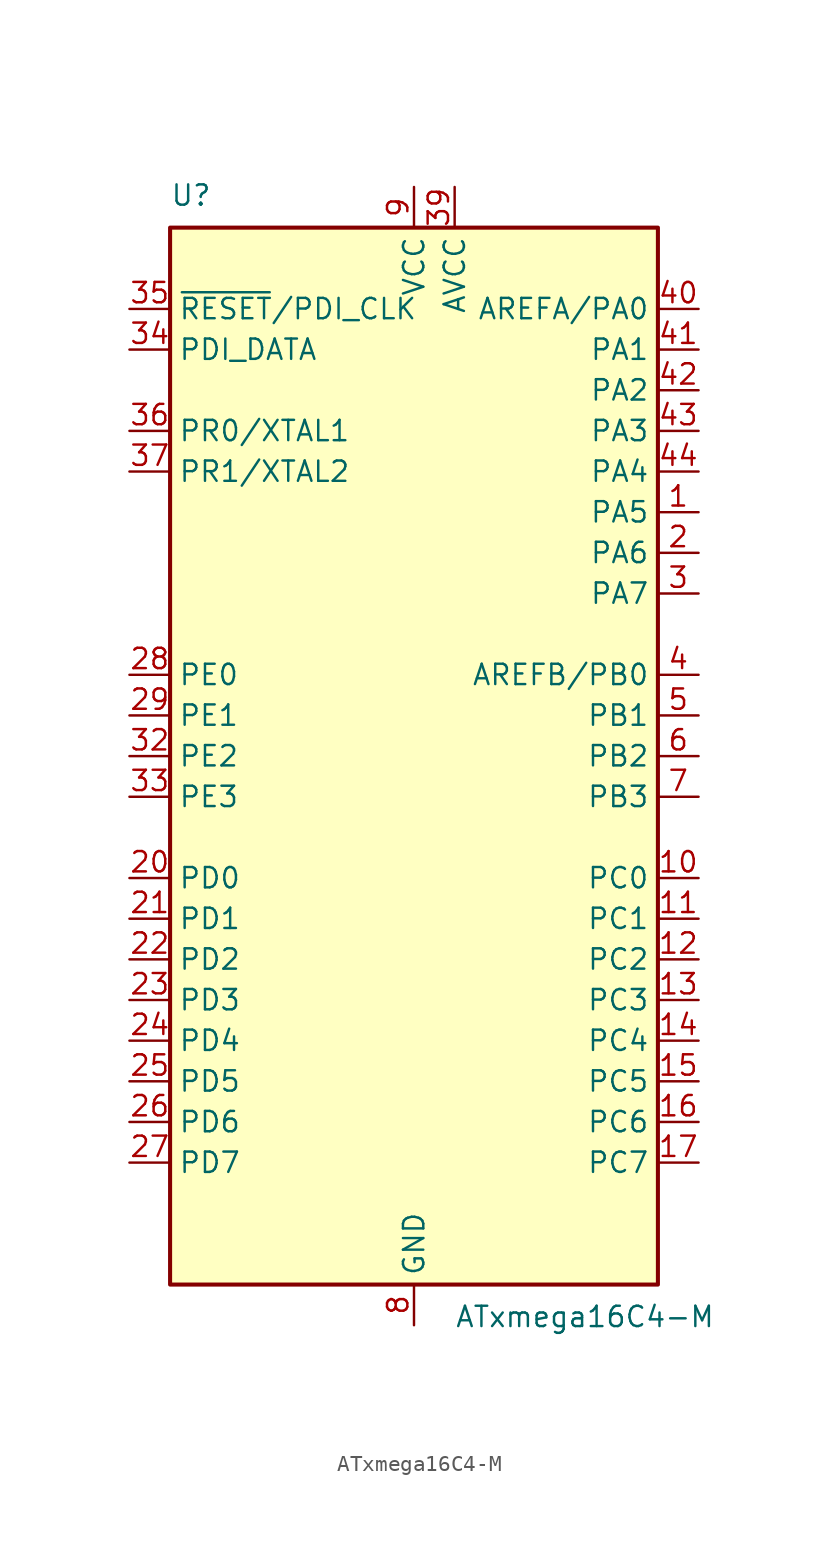
<source format=kicad_sym>
(kicad_symbol_lib
  (version 20231120)
  (generator "kicad_symbol_editor")
  (generator_version "8.0")
  (symbol "ATxmega16C4-M"
    (property "Reference" "U"
      (at -15.24 34.29 0)
      (effects (font (size 1.27 1.27)) (justify left bottom)))
    (property "Value" "ATxmega16C4-M"
      (at 2.54 -34.29 0)
      (effects (font (size 1.27 1.27)) (justify left top)))
    (symbol "ATxmega16C4-M_0_1"
      (rectangle (start -15.24 -33.02) (end 15.24 33.02) (stroke (width 0.254) (type default)) (fill (type background))))
    (symbol "ATxmega16C4-M_1_1"
      (pin bidirectional line (at 17.78 15.24 180) (length 2.54) (name "PA5" (effects (font (size 1.27 1.27)))) (number "1" (effects (font (size 1.27 1.27)))))
      (pin bidirectional line (at 17.78 -7.62 180) (length 2.54) (name "PC0" (effects (font (size 1.27 1.27)))) (number "10" (effects (font (size 1.27 1.27)))))
      (pin bidirectional line (at 17.78 -10.16 180) (length 2.54) (name "PC1" (effects (font (size 1.27 1.27)))) (number "11" (effects (font (size 1.27 1.27)))))
      (pin bidirectional line (at 17.78 -12.7 180) (length 2.54) (name "PC2" (effects (font (size 1.27 1.27)))) (number "12" (effects (font (size 1.27 1.27)))))
      (pin bidirectional line (at 17.78 -15.24 180) (length 2.54) (name "PC3" (effects (font (size 1.27 1.27)))) (number "13" (effects (font (size 1.27 1.27)))))
      (pin bidirectional line (at 17.78 -17.78 180) (length 2.54) (name "PC4" (effects (font (size 1.27 1.27)))) (number "14" (effects (font (size 1.27 1.27)))))
      (pin bidirectional line (at 17.78 -20.32 180) (length 2.54) (name "PC5" (effects (font (size 1.27 1.27)))) (number "15" (effects (font (size 1.27 1.27)))))
      (pin bidirectional line (at 17.78 -22.86 180) (length 2.54) (name "PC6" (effects (font (size 1.27 1.27)))) (number "16" (effects (font (size 1.27 1.27)))))
      (pin bidirectional line (at 17.78 -25.4 180) (length 2.54) (name "PC7" (effects (font (size 1.27 1.27)))) (number "17" (effects (font (size 1.27 1.27)))))
      (pin passive line (at 0 -35.56 90) (length 2.54) hide (name "GND" (effects (font (size 1.27 1.27)))) (number "18" (effects (font (size 1.27 1.27)))))
      (pin passive line (at 0 35.56 270) (length 2.54) hide (name "VCC" (effects (font (size 1.27 1.27)))) (number "19" (effects (font (size 1.27 1.27)))))
      (pin bidirectional line (at 17.78 12.7 180) (length 2.54) (name "PA6" (effects (font (size 1.27 1.27)))) (number "2" (effects (font (size 1.27 1.27)))))
      (pin bidirectional line (at -17.78 -7.62 0) (length 2.54) (name "PD0" (effects (font (size 1.27 1.27)))) (number "20" (effects (font (size 1.27 1.27)))))
      (pin bidirectional line (at -17.78 -10.16 0) (length 2.54) (name "PD1" (effects (font (size 1.27 1.27)))) (number "21" (effects (font (size 1.27 1.27)))))
      (pin bidirectional line (at -17.78 -12.7 0) (length 2.54) (name "PD2" (effects (font (size 1.27 1.27)))) (number "22" (effects (font (size 1.27 1.27)))))
      (pin bidirectional line (at -17.78 -15.24 0) (length 2.54) (name "PD3" (effects (font (size 1.27 1.27)))) (number "23" (effects (font (size 1.27 1.27)))))
      (pin bidirectional line (at -17.78 -17.78 0) (length 2.54) (name "PD4" (effects (font (size 1.27 1.27)))) (number "24" (effects (font (size 1.27 1.27)))))
      (pin bidirectional line (at -17.78 -20.32 0) (length 2.54) (name "PD5" (effects (font (size 1.27 1.27)))) (number "25" (effects (font (size 1.27 1.27)))))
      (pin bidirectional line (at -17.78 -22.86 0) (length 2.54) (name "PD6" (effects (font (size 1.27 1.27)))) (number "26" (effects (font (size 1.27 1.27)))))
      (pin bidirectional line (at -17.78 -25.4 0) (length 2.54) (name "PD7" (effects (font (size 1.27 1.27)))) (number "27" (effects (font (size 1.27 1.27)))))
      (pin bidirectional line (at -17.78 5.08 0) (length 2.54) (name "PE0" (effects (font (size 1.27 1.27)))) (number "28" (effects (font (size 1.27 1.27)))))
      (pin bidirectional line (at -17.78 2.54 0) (length 2.54) (name "PE1" (effects (font (size 1.27 1.27)))) (number "29" (effects (font (size 1.27 1.27)))))
      (pin bidirectional line (at 17.78 10.16 180) (length 2.54) (name "PA7" (effects (font (size 1.27 1.27)))) (number "3" (effects (font (size 1.27 1.27)))))
      (pin passive line (at 0 -35.56 90) (length 2.54) hide (name "GND" (effects (font (size 1.27 1.27)))) (number "30" (effects (font (size 1.27 1.27)))))
      (pin passive line (at 0 35.56 270) (length 2.54) hide (name "VCC" (effects (font (size 1.27 1.27)))) (number "31" (effects (font (size 1.27 1.27)))))
      (pin bidirectional line (at -17.78 0 0) (length 2.54) (name "PE2" (effects (font (size 1.27 1.27)))) (number "32" (effects (font (size 1.27 1.27)))))
      (pin bidirectional line (at -17.78 -2.54 0) (length 2.54) (name "PE3" (effects (font (size 1.27 1.27)))) (number "33" (effects (font (size 1.27 1.27)))))
      (pin bidirectional line (at -17.78 25.4 0) (length 2.54) (name "PDI_DATA" (effects (font (size 1.27 1.27)))) (number "34" (effects (font (size 1.27 1.27)))))
      (pin input line (at -17.78 27.94 0) (length 2.54) (name "~{RESET}/PDI_CLK" (effects (font (size 1.27 1.27)))) (number "35" (effects (font (size 1.27 1.27)))))
      (pin bidirectional line (at -17.78 20.32 0) (length 2.54) (name "PR0/XTAL1" (effects (font (size 1.27 1.27)))) (number "36" (effects (font (size 1.27 1.27)))))
      (pin bidirectional line (at -17.78 17.78 0) (length 2.54) (name "PR1/XTAL2" (effects (font (size 1.27 1.27)))) (number "37" (effects (font (size 1.27 1.27)))))
      (pin passive line (at 0 -35.56 90) (length 2.54) hide (name "GND" (effects (font (size 1.27 1.27)))) (number "38" (effects (font (size 1.27 1.27)))))
      (pin power_in line (at 2.54 35.56 270) (length 2.54) (name "AVCC" (effects (font (size 1.27 1.27)))) (number "39" (effects (font (size 1.27 1.27)))))
      (pin bidirectional line (at 17.78 5.08 180) (length 2.54) (name "AREFB/PB0" (effects (font (size 1.27 1.27)))) (number "4" (effects (font (size 1.27 1.27)))))
      (pin bidirectional line (at 17.78 27.94 180) (length 2.54) (name "AREFA/PA0" (effects (font (size 1.27 1.27)))) (number "40" (effects (font (size 1.27 1.27)))))
      (pin bidirectional line (at 17.78 25.4 180) (length 2.54) (name "PA1" (effects (font (size 1.27 1.27)))) (number "41" (effects (font (size 1.27 1.27)))))
      (pin bidirectional line (at 17.78 22.86 180) (length 2.54) (name "PA2" (effects (font (size 1.27 1.27)))) (number "42" (effects (font (size 1.27 1.27)))))
      (pin bidirectional line (at 17.78 20.32 180) (length 2.54) (name "PA3" (effects (font (size 1.27 1.27)))) (number "43" (effects (font (size 1.27 1.27)))))
      (pin bidirectional line (at 17.78 17.78 180) (length 2.54) (name "PA4" (effects (font (size 1.27 1.27)))) (number "44" (effects (font (size 1.27 1.27)))))
      (pin passive line (at 0 -35.56 90) (length 2.54) hide (name "GND" (effects (font (size 1.27 1.27)))) (number "45" (effects (font (size 1.27 1.27)))))
      (pin bidirectional line (at 17.78 2.54 180) (length 2.54) (name "PB1" (effects (font (size 1.27 1.27)))) (number "5" (effects (font (size 1.27 1.27)))))
      (pin bidirectional line (at 17.78 0 180) (length 2.54) (name "PB2" (effects (font (size 1.27 1.27)))) (number "6" (effects (font (size 1.27 1.27)))))
      (pin bidirectional line (at 17.78 -2.54 180) (length 2.54) (name "PB3" (effects (font (size 1.27 1.27)))) (number "7" (effects (font (size 1.27 1.27)))))
      (pin power_in line (at 0 -35.56 90) (length 2.54) (name "GND" (effects (font (size 1.27 1.27)))) (number "8" (effects (font (size 1.27 1.27)))))
      (pin power_in line (at 0 35.56 270) (length 2.54) (name "VCC" (effects (font (size 1.27 1.27)))) (number "9" (effects (font (size 1.27 1.27))))))))
</source>
